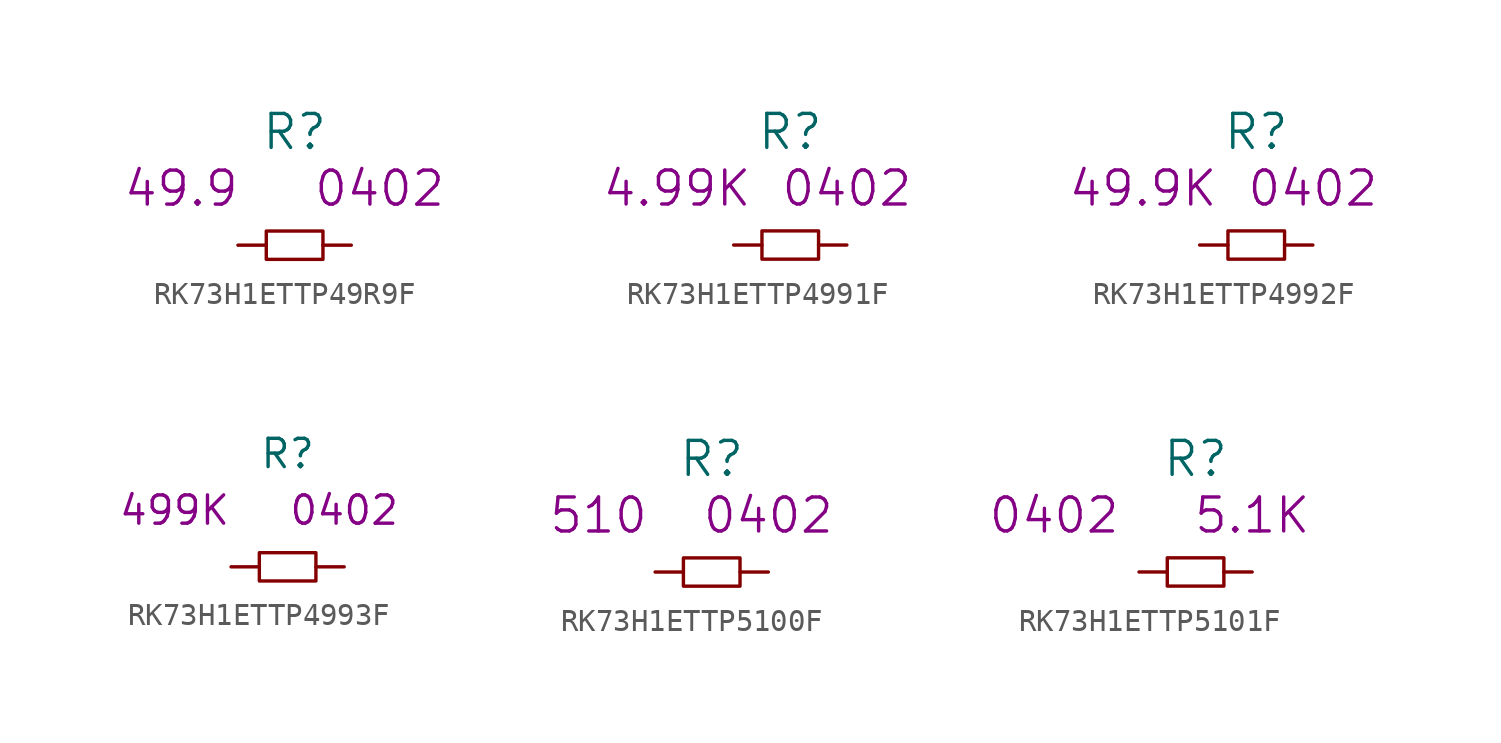
<source format=kicad_sym>
(kicad_symbol_lib
  (version 20220914)
  (generator kicad_symbol_editor)
  (symbol "RK73H1ETTP49R9F"
    (pin_numbers hide)
    (pin_names
      (offset 1.016) hide)
    (property "Reference" "R"
      (at 0 5.08 0)
      (effects (font (size 1.524 1.524))))
    (property "Datasheet" ""
      (at 0 5.08 0)
      (effects (font (size 1.524 1.524))))
    (property "Value2" "49.9"
      (at -5.08 2.54 0)
      (effects (font (size 1.524 1.524))))
    (property "Size" "0402"
      (at 3.81 2.54 0)
      (effects (font (size 1.524 1.524))))
    (symbol "RK73H1ETTP49R9F_0_1"
      (rectangle (start -1.27 0.635) (end 1.27 -0.635) (stroke (width 0) (type solid)) (fill (type none))))
    (symbol "RK73H1ETTP49R9F_1_1"
      (pin passive line (at -2.54 0 0) (length 1.27) (name "1" (effects (font (size 1.27 1.27)))) (number "1" (effects (font (size 1.27 1.27)))))
      (pin passive line (at 2.54 0 180) (length 1.27) (name "2" (effects (font (size 1.27 1.27)))) (number "2" (effects (font (size 1.27 1.27)))))))
  (symbol "RK73H1ETTP4991F"
    (pin_numbers hide)
    (pin_names
      (offset 1.016) hide)
    (property "Reference" "R"
      (at 0 5.08 0)
      (effects (font (size 1.524 1.524))))
    (property "Datasheet" ""
      (at 0 5.08 0)
      (effects (font (size 1.524 1.524))))
    (property "Value2" "4.99K"
      (at -5.08 2.54 0)
      (effects (font (size 1.524 1.524))))
    (property "Size" "0402"
      (at 2.54 2.54 0)
      (effects (font (size 1.524 1.524))))
    (symbol "RK73H1ETTP4991F_0_1"
      (rectangle (start -1.27 0.635) (end 1.27 -0.635) (stroke (width 0) (type solid)) (fill (type none))))
    (symbol "RK73H1ETTP4991F_1_1"
      (pin passive line (at -2.54 0 0) (length 1.27) (name "1" (effects (font (size 1.27 1.27)))) (number "1" (effects (font (size 1.27 1.27)))))
      (pin passive line (at 2.54 0 180) (length 1.27) (name "2" (effects (font (size 1.27 1.27)))) (number "2" (effects (font (size 1.27 1.27)))))))
  (symbol "RK73H1ETTP4992F"
    (pin_numbers hide)
    (pin_names
      (offset 1.016) hide)
    (property "Reference" "R"
      (at 0 5.08 0)
      (effects (font (size 1.524 1.524))))
    (property "Datasheet" ""
      (at 0 5.08 0)
      (effects (font (size 1.524 1.524))))
    (property "Value2" "49.9K"
      (at -5.08 2.54 0)
      (effects (font (size 1.524 1.524))))
    (property "Size" "0402"
      (at 2.54 2.54 0)
      (effects (font (size 1.524 1.524))))
    (symbol "RK73H1ETTP4992F_0_1"
      (rectangle (start -1.27 0.635) (end 1.27 -0.635) (stroke (width 0) (type solid)) (fill (type none))))
    (symbol "RK73H1ETTP4992F_1_1"
      (pin passive line (at -2.54 0 0) (length 1.27) (name "1" (effects (font (size 1.27 1.27)))) (number "1" (effects (font (size 1.27 1.27)))))
      (pin passive line (at 2.54 0 180) (length 1.27) (name "2" (effects (font (size 1.27 1.27)))) (number "2" (effects (font (size 1.27 1.27)))))))
  (symbol "RK73H1ETTP4993F"
    (pin_numbers hide)
    (pin_names
      (offset 1.016) hide)
    (property "Reference" "R"
      (at 0 5.08 0)
      (effects (font (size 1.27 1.27))))
    (property "Datasheet" ""
      (at 0 5.08 0)
      (effects (font (size 1.524 1.524))))
    (property "Value2" "499K"
      (at -5.08 2.54 0)
      (effects (font (size 1.27 1.27))))
    (property "Size" "0402"
      (at 2.54 2.54 0)
      (effects (font (size 1.27 1.27))))
    (symbol "RK73H1ETTP4993F_0_1"
      (rectangle (start -1.27 0.635) (end 1.27 -0.635) (stroke (width 0) (type solid)) (fill (type none))))
    (symbol "RK73H1ETTP4993F_1_1"
      (pin passive line (at -2.54 0 0) (length 1.27) (name "1" (effects (font (size 1.27 1.27)))) (number "1" (effects (font (size 1.27 1.27)))))
      (pin passive line (at 2.54 0 180) (length 1.27) (name "2" (effects (font (size 1.27 1.27)))) (number "2" (effects (font (size 1.27 1.27)))))))
  (symbol "RK73H1ETTP5100F"
    (pin_numbers hide)
    (pin_names
      (offset 1.016) hide)
    (property "Reference" "R"
      (at 0 5.08 0)
      (effects (font (size 1.524 1.524))))
    (property "Value2" "510"
      (at -5.08 2.54 0)
      (effects (font (size 1.524 1.524))))
    (property "Size" "0402"
      (at 2.54 2.54 0)
      (effects (font (size 1.524 1.524))))
    (symbol "RK73H1ETTP5100F_0_1"
      (rectangle (start -1.27 0.635) (end 1.27 -0.635) (stroke (width 0) (type solid)) (fill (type none))))
    (symbol "RK73H1ETTP5100F_1_1"
      (pin passive line (at -2.54 0 0) (length 1.27) (name "1" (effects (font (size 1.27 1.27)))) (number "1" (effects (font (size 1.27 1.27)))))
      (pin passive line (at 2.54 0 180) (length 1.27) (name "2" (effects (font (size 1.27 1.27)))) (number "2" (effects (font (size 1.27 1.27)))))))
  (symbol "RK73H1ETTP5101F"
    (pin_numbers hide)
    (pin_names
      (offset 1.016) hide)
    (property "Reference" "R"
      (at 0 5.08 0)
      (effects (font (size 1.524 1.524))))
    (property "Size" "0402"
      (at -6.35 2.54 0)
      (effects (font (size 1.524 1.524))))
    (property "Value2" "5.1K"
      (at 2.54 2.54 0)
      (effects (font (size 1.524 1.524))))
    (symbol "RK73H1ETTP5101F_0_1"
      (rectangle (start -1.27 0.635) (end 1.27 -0.635) (stroke (width 0) (type solid)) (fill (type none))))
    (symbol "RK73H1ETTP5101F_1_1"
      (pin passive line (at -2.54 0 0) (length 1.27) (name "1" (effects (font (size 1.27 1.27)))) (number "1" (effects (font (size 1.27 1.27)))))
      (pin passive line (at 2.54 0 180) (length 1.27) (name "2" (effects (font (size 1.27 1.27)))) (number "2" (effects (font (size 1.27 1.27))))))))
</source>
